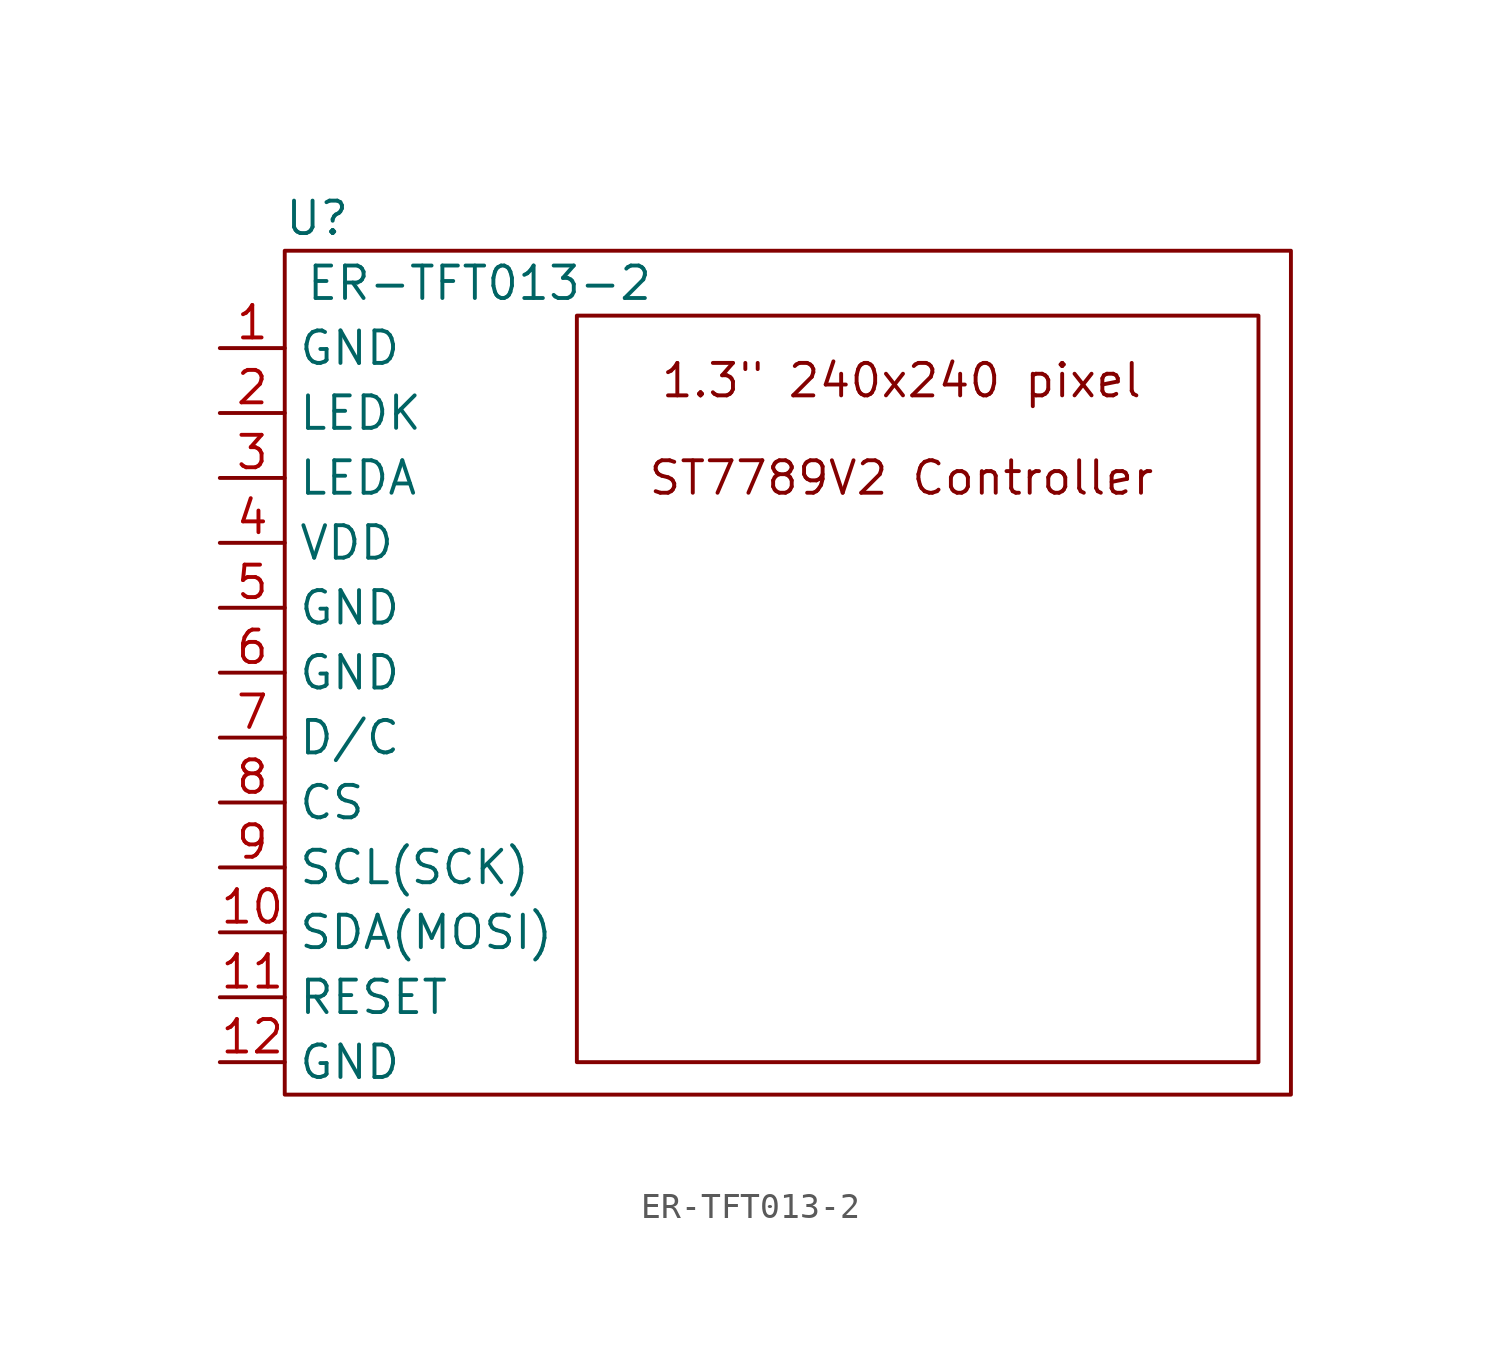
<source format=kicad_sym>
(kicad_symbol_lib
  (version 20211014)
  (generator kicad_symbol_editor)
  (symbol "ER-TFT013-2"
    (property "Reference" "U"
      (at 1.27 1.27 0)
      (effects (font (size 1.27 1.27))))
    (property "Value" "ER-TFT013-2"
      (at 7.62 -1.27 0)
      (effects (font (size 1.27 1.27))))
    (symbol "ER-TFT013-2_0_0"
      (text "1.3\" 240x240 pixel" (at 24.13 -5.08 0) (effects (font (size 1.27 1.27))))
      (text "ST7789V2 Controller" (at 24.13 -8.89 0) (effects (font (size 1.27 1.27)))))
    (symbol "ER-TFT013-2_0_1"
      (rectangle (start 0 0) (end 39.37 -33.02) (stroke (width 0) (type default) (color 0 0 0 0)) (fill (type none)))
      (rectangle (start 11.43 -2.54) (end 38.1 -31.75) (stroke (width 0) (type default) (color 0 0 0 0)) (fill (type none))))
    (symbol "ER-TFT013-2_1_1"
      (pin passive line (at -2.54 -3.81 0) (length 2.54) (name "GND" (effects (font (size 1.27 1.27)))) (number "1" (effects (font (size 1.27 1.27)))))
      (pin passive line (at -2.54 -26.67 0) (length 2.54) (name "SDA(MOSI)" (effects (font (size 1.27 1.27)))) (number "10" (effects (font (size 1.27 1.27)))))
      (pin passive line (at -2.54 -29.21 0) (length 2.54) (name "RESET" (effects (font (size 1.27 1.27)))) (number "11" (effects (font (size 1.27 1.27)))))
      (pin passive line (at -2.54 -31.75 0) (length 2.54) (name "GND" (effects (font (size 1.27 1.27)))) (number "12" (effects (font (size 1.27 1.27)))))
      (pin passive line (at -2.54 -6.35 0) (length 2.54) (name "LEDK" (effects (font (size 1.27 1.27)))) (number "2" (effects (font (size 1.27 1.27)))))
      (pin passive line (at -2.54 -8.89 0) (length 2.54) (name "LEDA" (effects (font (size 1.27 1.27)))) (number "3" (effects (font (size 1.27 1.27)))))
      (pin passive line (at -2.54 -11.43 0) (length 2.54) (name "VDD" (effects (font (size 1.27 1.27)))) (number "4" (effects (font (size 1.27 1.27)))))
      (pin passive line (at -2.54 -13.97 0) (length 2.54) (name "GND" (effects (font (size 1.27 1.27)))) (number "5" (effects (font (size 1.27 1.27)))))
      (pin passive line (at -2.54 -16.51 0) (length 2.54) (name "GND" (effects (font (size 1.27 1.27)))) (number "6" (effects (font (size 1.27 1.27)))))
      (pin passive line (at -2.54 -19.05 0) (length 2.54) (name "D/C" (effects (font (size 1.27 1.27)))) (number "7" (effects (font (size 1.27 1.27)))))
      (pin passive line (at -2.54 -21.59 0) (length 2.54) (name "CS" (effects (font (size 1.27 1.27)))) (number "8" (effects (font (size 1.27 1.27)))))
      (pin passive line (at -2.54 -24.13 0) (length 2.54) (name "SCL(SCK)" (effects (font (size 1.27 1.27)))) (number "9" (effects (font (size 1.27 1.27))))))))
</source>
